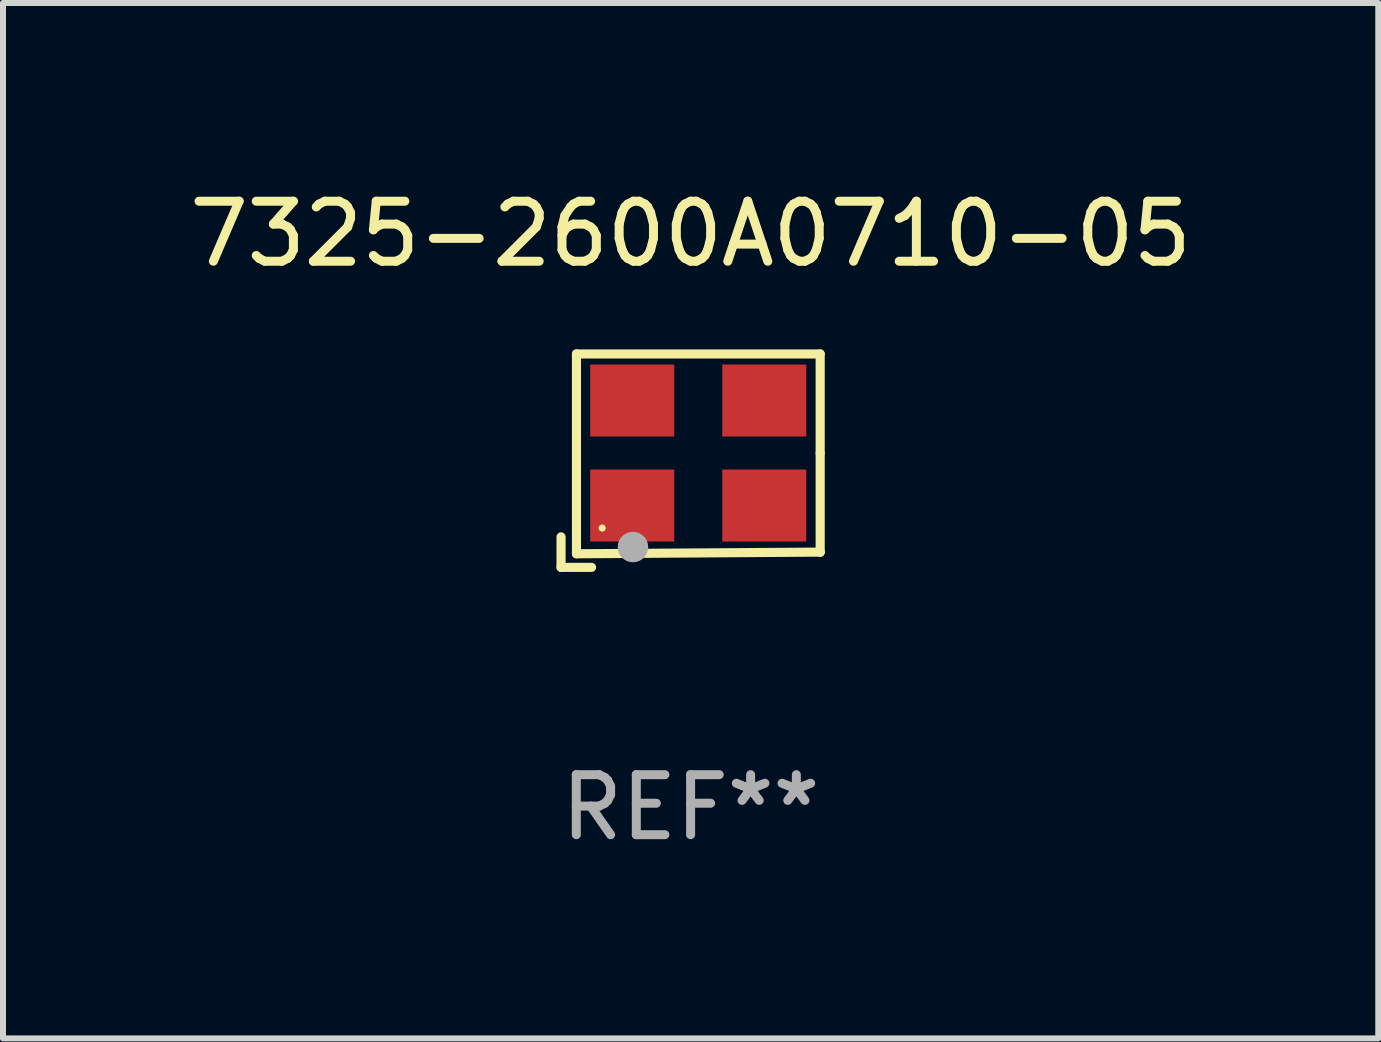
<source format=kicad_pcb>
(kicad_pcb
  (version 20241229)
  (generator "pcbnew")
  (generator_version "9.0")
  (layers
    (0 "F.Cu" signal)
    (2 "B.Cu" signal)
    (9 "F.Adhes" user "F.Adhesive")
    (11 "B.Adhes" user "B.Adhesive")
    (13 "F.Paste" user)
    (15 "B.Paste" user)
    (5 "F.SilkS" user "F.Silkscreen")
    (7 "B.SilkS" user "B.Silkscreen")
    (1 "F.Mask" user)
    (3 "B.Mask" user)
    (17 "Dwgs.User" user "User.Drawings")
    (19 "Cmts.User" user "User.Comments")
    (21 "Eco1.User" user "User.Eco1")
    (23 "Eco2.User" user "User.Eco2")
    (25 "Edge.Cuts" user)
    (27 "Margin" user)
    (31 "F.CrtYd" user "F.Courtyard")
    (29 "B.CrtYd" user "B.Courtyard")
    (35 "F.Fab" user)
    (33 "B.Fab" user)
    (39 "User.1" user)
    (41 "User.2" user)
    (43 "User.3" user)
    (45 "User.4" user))
  (footprint "7325-2600A0710-05"
    (layer "F.Cu")
    (at 8.458 4.626)
    (property "Reference" "7325-2600A0710-05" (at 0 -3.778 0) (layer "F.SilkS") (effects (font (size 1 1) (thickness 0.15))))
    (attr through_hole)
    (fp_line (start -2.159 1.27) (end -2.159 1.778) (stroke (width 0.152) (type solid)) (layer "F.SilkS"))
    (fp_line (start -2.159 1.778) (end -1.651 1.778) (stroke (width 0.152) (type solid)) (layer "F.SilkS"))
    (fp_line (start -1.902 -1.778) (end 2.159 -1.778) (stroke (width 0.152) (type solid)) (layer "F.SilkS"))
    (fp_line (start -1.902 1.552) (end -1.902 -1.778) (stroke (width 0.152) (type solid)) (layer "F.SilkS"))
    (fp_line (start 2.159 -1.778) (end 2.159 -0.127) (stroke (width 0.152) (type solid)) (layer "F.SilkS"))
    (fp_line (start 2.159 -0.127) (end 2.159 1.524) (stroke (width 0.152) (type solid)) (layer "F.SilkS"))
    (fp_line (start 2.159 1.524) (end -1.902 1.552) (stroke (width 0.152) (type solid)) (layer "F.SilkS"))
    (fp_line (start 2.159 1.524) (end 2.159 1.524) (stroke (width 0.152) (type solid)) (layer "F.SilkS"))
    (fp_circle (center -1.473 1.123) (end -1.443 1.123) (stroke (width 0.06) (type solid)) (fill no) (layer "F.SilkS"))
    (fp_circle (center -0.961 1.44) (end -0.834 1.44) (stroke (width 0.254) (type solid)) (fill no) (layer "F.Fab"))
    (fp_text user "REF**" (at 0 5.778 0) (layer "F.Fab") (effects (font (size 1 1) (thickness 0.15))))
    (pad "1" smd rect (at -0.973 0.748) (size 1.4 1.2) (layers "F.Cu" "F.Mask" "F.Paste"))
    (pad "2" smd rect (at 1.227 0.748) (size 1.4 1.2) (layers "F.Cu" "F.Mask" "F.Paste"))
    (pad "3" smd rect (at 1.227 -1.002) (size 1.4 1.2) (layers "F.Cu" "F.Mask" "F.Paste"))
    (pad "4" smd rect (at -0.973 -1.002) (size 1.4 1.2) (layers "F.Cu" "F.Mask" "F.Paste")))
  (gr_rect
    (start -3 -3)
    (end 19.917 14.253)
    (stroke (width 0.1) (type default))
    (fill no)
    (layer "Edge.Cuts")))
</source>
